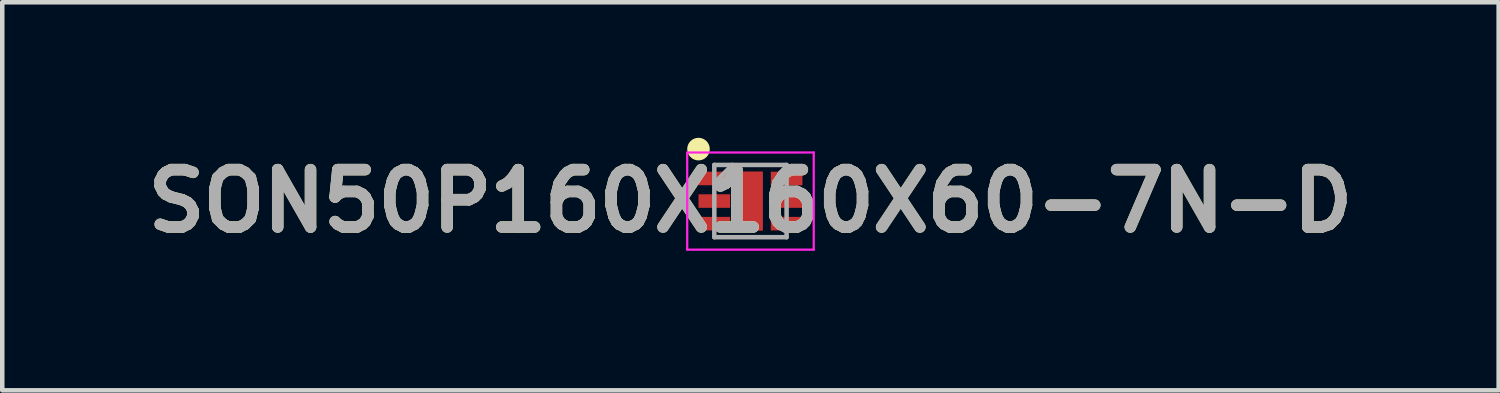
<source format=kicad_pcb>
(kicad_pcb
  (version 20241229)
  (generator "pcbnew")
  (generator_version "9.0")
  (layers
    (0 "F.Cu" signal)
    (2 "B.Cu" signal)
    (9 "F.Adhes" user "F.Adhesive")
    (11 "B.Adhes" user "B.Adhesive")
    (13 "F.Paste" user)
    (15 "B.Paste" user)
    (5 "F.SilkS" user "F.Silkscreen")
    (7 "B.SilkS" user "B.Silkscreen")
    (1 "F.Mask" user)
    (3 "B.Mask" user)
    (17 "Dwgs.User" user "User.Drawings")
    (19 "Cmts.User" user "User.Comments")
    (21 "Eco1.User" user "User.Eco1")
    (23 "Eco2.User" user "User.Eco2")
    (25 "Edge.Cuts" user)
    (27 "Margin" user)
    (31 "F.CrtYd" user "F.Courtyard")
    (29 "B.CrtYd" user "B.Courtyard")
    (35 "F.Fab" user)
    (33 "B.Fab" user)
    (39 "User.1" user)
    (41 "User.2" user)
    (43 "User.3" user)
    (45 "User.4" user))
  (footprint "SON50P160X160X60-7N-D"
    (layer "F.Cu")
    (at 13.559 1.4)
    (property "Reference" "SON50P160X160X60-7N-D" (at 0 0 0) (layer "F.SilkS") (effects (font (size 1.27 1.27) (thickness 0.254))))
    (attr smd)
    (fp_circle (center -1.15 -1.15) (end -1.15 -1.025) (stroke (width 0.25) (type solid)) (fill no) (layer "F.SilkS"))
    (fp_line (start -1.4 -1.075) (end 1.4 -1.075) (stroke (width 0.05) (type solid)) (layer "F.CrtYd"))
    (fp_line (start -1.4 1.075) (end -1.4 -1.075) (stroke (width 0.05) (type solid)) (layer "F.CrtYd"))
    (fp_line (start 1.4 -1.075) (end 1.4 1.075) (stroke (width 0.05) (type solid)) (layer "F.CrtYd"))
    (fp_line (start 1.4 1.075) (end -1.4 1.075) (stroke (width 0.05) (type solid)) (layer "F.CrtYd"))
    (fp_line (start -0.8 -0.8) (end 0.8 -0.8) (stroke (width 0.1) (type solid)) (layer "F.Fab"))
    (fp_line (start -0.8 -0.4) (end -0.4 -0.8) (stroke (width 0.1) (type solid)) (layer "F.Fab"))
    (fp_line (start -0.8 0.8) (end -0.8 -0.8) (stroke (width 0.1) (type solid)) (layer "F.Fab"))
    (fp_line (start 0.8 -0.8) (end 0.8 0.8) (stroke (width 0.1) (type solid)) (layer "F.Fab"))
    (fp_line (start 0.8 0.8) (end -0.8 0.8) (stroke (width 0.1) (type solid)) (layer "F.Fab"))
    (fp_text user "${REFERENCE}" (at 0 0 0) (layer "F.Fab") (effects (font (size 1.27 1.27) (thickness 0.254))))
    (pad "1" smd rect (at -0.8 -0.5 90) (size 0.3 0.7) (layers "F.Cu" "F.Mask" "F.Paste"))
    (pad "2" smd rect (at -0.8 0 90) (size 0.3 0.7) (layers "F.Cu" "F.Mask" "F.Paste"))
    (pad "3" smd rect (at -0.8 0.5 90) (size 0.3 0.7) (layers "F.Cu" "F.Mask" "F.Paste"))
    (pad "4" smd rect (at 0.8 0.5 90) (size 0.3 0.7) (layers "F.Cu" "F.Mask" "F.Paste"))
    (pad "5" smd rect (at 0.8 0 90) (size 0.3 0.7) (layers "F.Cu" "F.Mask" "F.Paste"))
    (pad "6" smd rect (at 0.8 -0.5 90) (size 0.3 0.7) (layers "F.Cu" "F.Mask" "F.Paste"))
    (pad "7" smd rect (at 0 0) (size 0.55 1.31) (layers "F.Cu" "F.Mask" "F.Paste")))
  (gr_rect
    (start -3 -3)
    (end 30.118 5.589)
    (stroke (width 0.1) (type default))
    (fill no)
    (layer "Edge.Cuts")))
</source>
